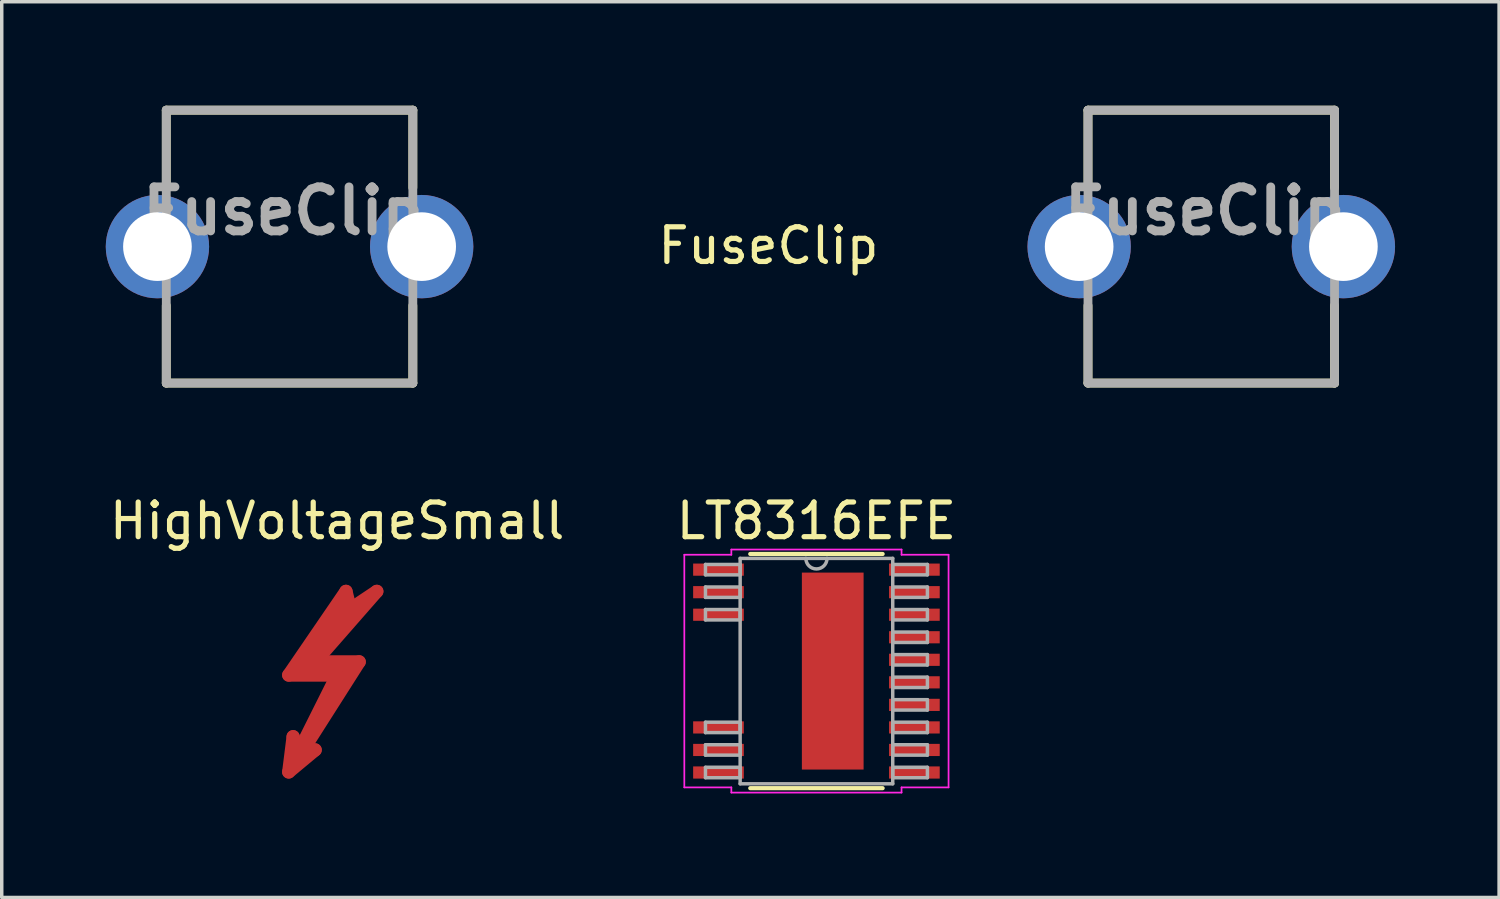
<source format=kicad_pcb>
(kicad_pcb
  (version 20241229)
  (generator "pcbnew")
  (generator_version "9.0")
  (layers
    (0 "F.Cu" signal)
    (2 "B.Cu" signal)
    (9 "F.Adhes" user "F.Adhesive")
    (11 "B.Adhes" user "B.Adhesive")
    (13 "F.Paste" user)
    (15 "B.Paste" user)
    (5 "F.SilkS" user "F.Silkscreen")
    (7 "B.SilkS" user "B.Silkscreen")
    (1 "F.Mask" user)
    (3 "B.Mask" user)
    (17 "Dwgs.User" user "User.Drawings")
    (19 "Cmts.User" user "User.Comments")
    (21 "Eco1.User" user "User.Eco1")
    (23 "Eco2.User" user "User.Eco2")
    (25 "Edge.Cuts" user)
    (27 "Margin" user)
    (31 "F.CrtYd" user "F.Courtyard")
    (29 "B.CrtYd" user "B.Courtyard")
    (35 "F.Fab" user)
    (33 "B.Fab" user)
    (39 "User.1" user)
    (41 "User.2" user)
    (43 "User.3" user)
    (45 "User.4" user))
  (footprint "LT8316EFE"
    (layer "F.Cu")
    (at 20.494 16.302)
    (property "Reference" "LT8316EFE" (at 0 -4.33 0) (layer "F.SilkS") (effects (font (size 1 1) (thickness 0.15))))
    (attr smd)
    (fp_line (start -1.909 3.377) (end 1.909 3.377) (stroke (width 0.12) (type solid)) (layer "F.SilkS"))
    (fp_line (start 1.909 -3.377) (end -1.909 -3.377) (stroke (width 0.12) (type solid)) (layer "F.SilkS"))
    (fp_poly (pts (xy -0.32 -2.74) (xy -0.32 -1.52) (xy 1.26 -1.52) (xy 1.26 -2.74)) (stroke (width 0.1) (type solid)) (fill yes) (layer "F.Paste"))
    (fp_poly (pts (xy -0.32 -1.32) (xy -0.32 -0.1) (xy 1.26 -0.1) (xy 1.26 -1.32)) (stroke (width 0.1) (type solid)) (fill yes) (layer "F.Paste"))
    (fp_poly (pts (xy -0.32 0.1) (xy -0.32 1.32) (xy 1.26 1.32) (xy 1.26 0.1)) (stroke (width 0.1) (type solid)) (fill yes) (layer "F.Paste"))
    (fp_poly (pts (xy -0.32 1.52) (xy -0.32 2.74) (xy 1.26 2.74) (xy 1.26 1.52)) (stroke (width 0.1) (type solid)) (fill yes) (layer "F.Paste"))
    (fp_line (start -3.81 -3.354) (end -2.454 -3.354) (stroke (width 0.05) (type solid)) (layer "F.CrtYd"))
    (fp_line (start -3.81 3.354) (end -3.81 -3.354) (stroke (width 0.05) (type solid)) (layer "F.CrtYd"))
    (fp_line (start -2.454 -3.504) (end 2.454 -3.504) (stroke (width 0.05) (type solid)) (layer "F.CrtYd"))
    (fp_line (start -2.454 -3.354) (end -2.454 -3.504) (stroke (width 0.05) (type solid)) (layer "F.CrtYd"))
    (fp_line (start -2.454 3.354) (end -3.81 3.354) (stroke (width 0.05) (type solid)) (layer "F.CrtYd"))
    (fp_line (start -2.454 3.504) (end -2.454 3.354) (stroke (width 0.05) (type solid)) (layer "F.CrtYd"))
    (fp_line (start 2.454 -3.504) (end 2.454 -3.354) (stroke (width 0.05) (type solid)) (layer "F.CrtYd"))
    (fp_line (start 2.454 -3.354) (end 3.81 -3.354) (stroke (width 0.05) (type solid)) (layer "F.CrtYd"))
    (fp_line (start 2.454 3.354) (end 2.454 3.504) (stroke (width 0.05) (type solid)) (layer "F.CrtYd"))
    (fp_line (start 2.454 3.504) (end -2.454 3.504) (stroke (width 0.05) (type solid)) (layer "F.CrtYd"))
    (fp_line (start 3.81 -3.354) (end 3.81 3.354) (stroke (width 0.05) (type solid)) (layer "F.CrtYd"))
    (fp_line (start 3.81 3.354) (end 2.454 3.354) (stroke (width 0.05) (type solid)) (layer "F.CrtYd"))
    (fp_line (start -3.2 -3.075) (end -3.2 -2.775) (stroke (width 0.1) (type solid)) (layer "F.Fab"))
    (fp_line (start -3.2 -2.775) (end -2.2 -2.775) (stroke (width 0.1) (type solid)) (layer "F.Fab"))
    (fp_line (start -3.2 -2.425) (end -3.2 -2.125) (stroke (width 0.1) (type solid)) (layer "F.Fab"))
    (fp_line (start -3.2 -2.125) (end -2.2 -2.125) (stroke (width 0.1) (type solid)) (layer "F.Fab"))
    (fp_line (start -3.2 -1.775) (end -3.2 -1.475) (stroke (width 0.1) (type solid)) (layer "F.Fab"))
    (fp_line (start -3.2 -1.475) (end -2.2 -1.475) (stroke (width 0.1) (type solid)) (layer "F.Fab"))
    (fp_line (start -3.2 1.475) (end -3.2 1.775) (stroke (width 0.1) (type solid)) (layer "F.Fab"))
    (fp_line (start -3.2 1.775) (end -2.2 1.775) (stroke (width 0.1) (type solid)) (layer "F.Fab"))
    (fp_line (start -3.2 2.125) (end -3.2 2.425) (stroke (width 0.1) (type solid)) (layer "F.Fab"))
    (fp_line (start -3.2 2.425) (end -2.2 2.425) (stroke (width 0.1) (type solid)) (layer "F.Fab"))
    (fp_line (start -3.2 2.775) (end -3.2 3.075) (stroke (width 0.1) (type solid)) (layer "F.Fab"))
    (fp_line (start -3.2 3.075) (end -2.2 3.075) (stroke (width 0.1) (type solid)) (layer "F.Fab"))
    (fp_line (start -2.2 -3.25) (end -2.2 3.25) (stroke (width 0.1) (type solid)) (layer "F.Fab"))
    (fp_line (start -2.2 -3.075) (end -3.2 -3.075) (stroke (width 0.1) (type solid)) (layer "F.Fab"))
    (fp_line (start -2.2 -2.775) (end -2.2 -3.075) (stroke (width 0.1) (type solid)) (layer "F.Fab"))
    (fp_line (start -2.2 -2.425) (end -3.2 -2.425) (stroke (width 0.1) (type solid)) (layer "F.Fab"))
    (fp_line (start -2.2 -2.125) (end -2.2 -2.425) (stroke (width 0.1) (type solid)) (layer "F.Fab"))
    (fp_line (start -2.2 -1.775) (end -3.2 -1.775) (stroke (width 0.1) (type solid)) (layer "F.Fab"))
    (fp_line (start -2.2 -1.475) (end -2.2 -1.775) (stroke (width 0.1) (type solid)) (layer "F.Fab"))
    (fp_line (start -2.2 1.475) (end -3.2 1.475) (stroke (width 0.1) (type solid)) (layer "F.Fab"))
    (fp_line (start -2.2 1.775) (end -2.2 1.475) (stroke (width 0.1) (type solid)) (layer "F.Fab"))
    (fp_line (start -2.2 2.125) (end -3.2 2.125) (stroke (width 0.1) (type solid)) (layer "F.Fab"))
    (fp_line (start -2.2 2.425) (end -2.2 2.125) (stroke (width 0.1) (type solid)) (layer "F.Fab"))
    (fp_line (start -2.2 2.775) (end -3.2 2.775) (stroke (width 0.1) (type solid)) (layer "F.Fab"))
    (fp_line (start -2.2 3.075) (end -2.2 2.775) (stroke (width 0.1) (type solid)) (layer "F.Fab"))
    (fp_line (start -2.2 3.25) (end 2.2 3.25) (stroke (width 0.1) (type solid)) (layer "F.Fab"))
    (fp_line (start 2.2 -3.25) (end -2.2 -3.25) (stroke (width 0.1) (type solid)) (layer "F.Fab"))
    (fp_line (start 2.2 -3.075) (end 2.2 -2.775) (stroke (width 0.1) (type solid)) (layer "F.Fab"))
    (fp_line (start 2.2 -2.775) (end 3.2 -2.775) (stroke (width 0.1) (type solid)) (layer "F.Fab"))
    (fp_line (start 2.2 -2.425) (end 2.2 -2.125) (stroke (width 0.1) (type solid)) (layer "F.Fab"))
    (fp_line (start 2.2 -2.125) (end 3.2 -2.125) (stroke (width 0.1) (type solid)) (layer "F.Fab"))
    (fp_line (start 2.2 -1.775) (end 2.2 -1.475) (stroke (width 0.1) (type solid)) (layer "F.Fab"))
    (fp_line (start 2.2 -1.475) (end 3.2 -1.475) (stroke (width 0.1) (type solid)) (layer "F.Fab"))
    (fp_line (start 2.2 -1.125) (end 2.2 -0.825) (stroke (width 0.1) (type solid)) (layer "F.Fab"))
    (fp_line (start 2.2 -0.825) (end 3.2 -0.825) (stroke (width 0.1) (type solid)) (layer "F.Fab"))
    (fp_line (start 2.2 -0.475) (end 2.2 -0.175) (stroke (width 0.1) (type solid)) (layer "F.Fab"))
    (fp_line (start 2.2 -0.175) (end 3.2 -0.175) (stroke (width 0.1) (type solid)) (layer "F.Fab"))
    (fp_line (start 2.2 0.175) (end 2.2 0.475) (stroke (width 0.1) (type solid)) (layer "F.Fab"))
    (fp_line (start 2.2 0.475) (end 3.2 0.475) (stroke (width 0.1) (type solid)) (layer "F.Fab"))
    (fp_line (start 2.2 0.825) (end 2.2 1.125) (stroke (width 0.1) (type solid)) (layer "F.Fab"))
    (fp_line (start 2.2 1.125) (end 3.2 1.125) (stroke (width 0.1) (type solid)) (layer "F.Fab"))
    (fp_line (start 2.2 1.475) (end 2.2 1.775) (stroke (width 0.1) (type solid)) (layer "F.Fab"))
    (fp_line (start 2.2 1.775) (end 3.2 1.775) (stroke (width 0.1) (type solid)) (layer "F.Fab"))
    (fp_line (start 2.2 2.125) (end 2.2 2.425) (stroke (width 0.1) (type solid)) (layer "F.Fab"))
    (fp_line (start 2.2 2.425) (end 3.2 2.425) (stroke (width 0.1) (type solid)) (layer "F.Fab"))
    (fp_line (start 2.2 2.775) (end 2.2 3.075) (stroke (width 0.1) (type solid)) (layer "F.Fab"))
    (fp_line (start 2.2 3.075) (end 3.2 3.075) (stroke (width 0.1) (type solid)) (layer "F.Fab"))
    (fp_line (start 2.2 3.25) (end 2.2 -3.25) (stroke (width 0.1) (type solid)) (layer "F.Fab"))
    (fp_line (start 3.2 -3.075) (end 2.2 -3.075) (stroke (width 0.1) (type solid)) (layer "F.Fab"))
    (fp_line (start 3.2 -2.775) (end 3.2 -3.075) (stroke (width 0.1) (type solid)) (layer "F.Fab"))
    (fp_line (start 3.2 -2.425) (end 2.2 -2.425) (stroke (width 0.1) (type solid)) (layer "F.Fab"))
    (fp_line (start 3.2 -2.125) (end 3.2 -2.425) (stroke (width 0.1) (type solid)) (layer "F.Fab"))
    (fp_line (start 3.2 -1.775) (end 2.2 -1.775) (stroke (width 0.1) (type solid)) (layer "F.Fab"))
    (fp_line (start 3.2 -1.475) (end 3.2 -1.775) (stroke (width 0.1) (type solid)) (layer "F.Fab"))
    (fp_line (start 3.2 -1.125) (end 2.2 -1.125) (stroke (width 0.1) (type solid)) (layer "F.Fab"))
    (fp_line (start 3.2 -0.825) (end 3.2 -1.125) (stroke (width 0.1) (type solid)) (layer "F.Fab"))
    (fp_line (start 3.2 -0.475) (end 2.2 -0.475) (stroke (width 0.1) (type solid)) (layer "F.Fab"))
    (fp_line (start 3.2 -0.175) (end 3.2 -0.475) (stroke (width 0.1) (type solid)) (layer "F.Fab"))
    (fp_line (start 3.2 0.175) (end 2.2 0.175) (stroke (width 0.1) (type solid)) (layer "F.Fab"))
    (fp_line (start 3.2 0.475) (end 3.2 0.175) (stroke (width 0.1) (type solid)) (layer "F.Fab"))
    (fp_line (start 3.2 0.825) (end 2.2 0.825) (stroke (width 0.1) (type solid)) (layer "F.Fab"))
    (fp_line (start 3.2 1.125) (end 3.2 0.825) (stroke (width 0.1) (type solid)) (layer "F.Fab"))
    (fp_line (start 3.2 1.475) (end 2.2 1.475) (stroke (width 0.1) (type solid)) (layer "F.Fab"))
    (fp_line (start 3.2 1.775) (end 3.2 1.475) (stroke (width 0.1) (type solid)) (layer "F.Fab"))
    (fp_line (start 3.2 2.125) (end 2.2 2.125) (stroke (width 0.1) (type solid)) (layer "F.Fab"))
    (fp_line (start 3.2 2.425) (end 3.2 2.125) (stroke (width 0.1) (type solid)) (layer "F.Fab"))
    (fp_line (start 3.2 2.775) (end 2.2 2.775) (stroke (width 0.1) (type solid)) (layer "F.Fab"))
    (fp_line (start 3.2 3.075) (end 3.2 2.775) (stroke (width 0.1) (type solid)) (layer "F.Fab"))
    (fp_arc (start 0.3048 -3.250001) (mid 0 -2.945201) (end -0.3048 -3.250001) (stroke (width 0.1) (type solid)) (layer "F.Fab"))
    (pad "1" smd rect (at -2.825 -2.925) (size 1.461 0.351) (layers "F.Cu" "F.Mask" "F.Paste"))
    (pad "2" smd rect (at -2.825 -2.275) (size 1.461 0.351) (layers "F.Cu" "F.Mask" "F.Paste"))
    (pad "3" smd rect (at -2.825 -1.625) (size 1.461 0.351) (layers "F.Cu" "F.Mask" "F.Paste"))
    (pad "8" smd rect (at -2.825 1.625) (size 1.461 0.351) (layers "F.Cu" "F.Mask" "F.Paste"))
    (pad "9" smd rect (at -2.825 2.275) (size 1.461 0.351) (layers "F.Cu" "F.Mask" "F.Paste"))
    (pad "10" smd rect (at -2.825 2.925) (size 1.461 0.351) (layers "F.Cu" "F.Mask" "F.Paste"))
    (pad "11" smd rect (at 2.825 2.925) (size 1.461 0.351) (layers "F.Cu" "F.Mask" "F.Paste"))
    (pad "12" smd rect (at 2.825 2.275) (size 1.461 0.351) (layers "F.Cu" "F.Mask" "F.Paste"))
    (pad "13" smd rect (at 2.825 1.625) (size 1.461 0.351) (layers "F.Cu" "F.Mask" "F.Paste"))
    (pad "14" smd rect (at 2.825 0.975) (size 1.461 0.351) (layers "F.Cu" "F.Mask" "F.Paste"))
    (pad "15" smd rect (at 2.825 0.325) (size 1.461 0.351) (layers "F.Cu" "F.Mask" "F.Paste"))
    (pad "16" smd rect (at 2.825 -0.325) (size 1.461 0.351) (layers "F.Cu" "F.Mask" "F.Paste"))
    (pad "17" smd rect (at 2.825 -0.975) (size 1.461 0.351) (layers "F.Cu" "F.Mask" "F.Paste"))
    (pad "18" smd rect (at 2.825 -1.625) (size 1.461 0.351) (layers "F.Cu" "F.Mask" "F.Paste"))
    (pad "19" smd rect (at 2.825 -2.275) (size 1.461 0.351) (layers "F.Cu" "F.Mask" "F.Paste"))
    (pad "20" smd rect (at 2.825 -2.925) (size 1.461 0.351) (layers "F.Cu" "F.Mask" "F.Paste"))
    (pad "EPAD" smd rect (at 0.47 0) (size 1.78 5.68) (layers "F.Cu" "F.Mask" "F.Paste")))
  (footprint "HighVoltageSmall"
    (layer "F.Cu")
    (at 5.657 17.179)
    (property "Reference" "HighVoltageSmall" (at 1.016 -5.207 0) (layer "F.SilkS") (effects (font (size 1 1) (thickness 0.15))))
    (attr exclude_from_pos_files exclude_from_bom)
    (fp_line (start -0.381 -0.762) (end 1.016 -0.762) (stroke (width 0.381) (type solid)) (layer "F.Cu"))
    (fp_line (start -0.381 2.032) (end 0.381 1.397) (stroke (width 0.381) (type solid)) (layer "F.Cu"))
    (fp_line (start -0.254 1.016) (end -0.381 2.032) (stroke (width 0.381) (type solid)) (layer "F.Cu"))
    (fp_line (start -0.127 1.524) (end -0.254 1.016) (stroke (width 0.381) (type solid)) (layer "F.Cu"))
    (fp_line (start -0.127 1.651) (end 1.651 -1.143) (stroke (width 0.381) (type solid)) (layer "F.Cu"))
    (fp_line (start 0 -0.889) (end 1.27 -0.889) (stroke (width 0.381) (type solid)) (layer "F.Cu"))
    (fp_line (start 0.381 -1.143) (end 2.159 -3.175) (stroke (width 0.381) (type solid)) (layer "F.Cu"))
    (fp_line (start 0.381 1.397) (end -0.127 1.651) (stroke (width 0.381) (type solid)) (layer "F.Cu"))
    (fp_line (start 1.016 -0.762) (end -0.127 1.524) (stroke (width 0.381) (type solid)) (layer "F.Cu"))
    (fp_line (start 1.27 -3.175) (end -0.381 -0.762) (stroke (width 0.381) (type solid)) (layer "F.Cu"))
    (fp_line (start 1.397 -2.794) (end 0 -0.889) (stroke (width 0.381) (type solid)) (layer "F.Cu"))
    (fp_line (start 1.397 -2.667) (end 1.27 -3.175) (stroke (width 0.381) (type solid)) (layer "F.Cu"))
    (fp_line (start 1.651 -1.143) (end 0.381 -1.143) (stroke (width 0.381) (type solid)) (layer "F.Cu"))
    (fp_line (start 2.159 -3.175) (end 1.397 -2.667) (stroke (width 0.381) (type solid)) (layer "F.Cu")))
  (footprint "FuseClip"
    (layer "F.Cu")
    (at 5.3 4.062)
    (property "Reference" "FuseClip" (at 13.81 -0.027 180) (layer "F.SilkS") (effects (font (size 1 1) (thickness 0.15))))
    (attr through_hole)
    (fp_line (start -3.555 -3.935) (end -3.555 -1.7) (stroke (width 0.254) (type solid)) (layer "F.SilkS"))
    (fp_line (start -3.555 -3.935) (end 3.555 -3.935) (stroke (width 0.254) (type solid)) (layer "F.SilkS"))
    (fp_line (start -3.555 3.935) (end -3.555 1.7) (stroke (width 0.254) (type solid)) (layer "F.SilkS"))
    (fp_line (start -3.555 3.935) (end 3.555 3.935) (stroke (width 0.254) (type solid)) (layer "F.SilkS"))
    (fp_line (start 3.555 -3.935) (end 3.555 -1.7) (stroke (width 0.254) (type solid)) (layer "F.SilkS"))
    (fp_line (start 3.555 3.935) (end 3.555 1.7) (stroke (width 0.254) (type solid)) (layer "F.SilkS"))
    (fp_line (start 23.025 -3.935) (end 23.025 -1.7) (stroke (width 0.254) (type solid)) (layer "F.SilkS"))
    (fp_line (start 23.025 -3.935) (end 30.135 -3.935) (stroke (width 0.254) (type solid)) (layer "F.SilkS"))
    (fp_line (start 23.025 3.935) (end 23.025 1.7) (stroke (width 0.254) (type solid)) (layer "F.SilkS"))
    (fp_line (start 23.025 3.935) (end 30.135 3.935) (stroke (width 0.254) (type solid)) (layer "F.SilkS"))
    (fp_line (start 30.135 -3.935) (end 30.135 -1.7) (stroke (width 0.254) (type solid)) (layer "F.SilkS"))
    (fp_line (start 30.135 3.935) (end 30.135 1.7) (stroke (width 0.254) (type solid)) (layer "F.SilkS"))
    (fp_line (start -3.555 -3.935) (end 3.555 -3.935) (stroke (width 0.254) (type solid)) (layer "F.Fab"))
    (fp_line (start -3.555 3.935) (end -3.555 -3.935) (stroke (width 0.254) (type solid)) (layer "F.Fab"))
    (fp_line (start 3.555 -3.935) (end 3.555 3.935) (stroke (width 0.254) (type solid)) (layer "F.Fab"))
    (fp_line (start 3.555 3.935) (end -3.555 3.935) (stroke (width 0.254) (type solid)) (layer "F.Fab"))
    (fp_line (start 23.025 -3.935) (end 30.135 -3.935) (stroke (width 0.254) (type solid)) (layer "F.Fab"))
    (fp_line (start 23.025 3.935) (end 23.025 -3.935) (stroke (width 0.254) (type solid)) (layer "F.Fab"))
    (fp_line (start 30.135 -3.935) (end 30.135 3.935) (stroke (width 0.254) (type solid)) (layer "F.Fab"))
    (fp_line (start 30.135 3.935) (end 23.025 3.935) (stroke (width 0.254) (type solid)) (layer "F.Fab"))
    (fp_text user "${REFERENCE}" (at 26.39 -1.027 180) (layer "F.Fab") (effects (font (size 1.27 1.27) (thickness 0.254))))
    (fp_text user "${REFERENCE}" (at -0.19 -1.027 180) (layer "F.Fab") (effects (font (size 1.27 1.27) (thickness 0.254))))
    (pad "1" thru_hole circle (at -3.81 0) (size 2.98 2.98) (drill 1.98) (layers "*.Cu" "*.Mask"))
    (pad "1" thru_hole circle (at 3.81 0) (size 2.98 2.98) (drill 1.98) (layers "*.Cu" "*.Mask"))
    (pad "2" thru_hole circle (at 22.77 0) (size 2.98 2.98) (drill 1.98) (layers "*.Cu" "*.Mask"))
    (pad "2" thru_hole circle (at 30.39 0) (size 2.98 2.98) (drill 1.98) (layers "*.Cu" "*.Mask")))
  (gr_rect
    (start -3 -3)
    (end 40.18 22.831)
    (stroke (width 0.1) (type default))
    (fill no)
    (layer "Edge.Cuts")))
</source>
